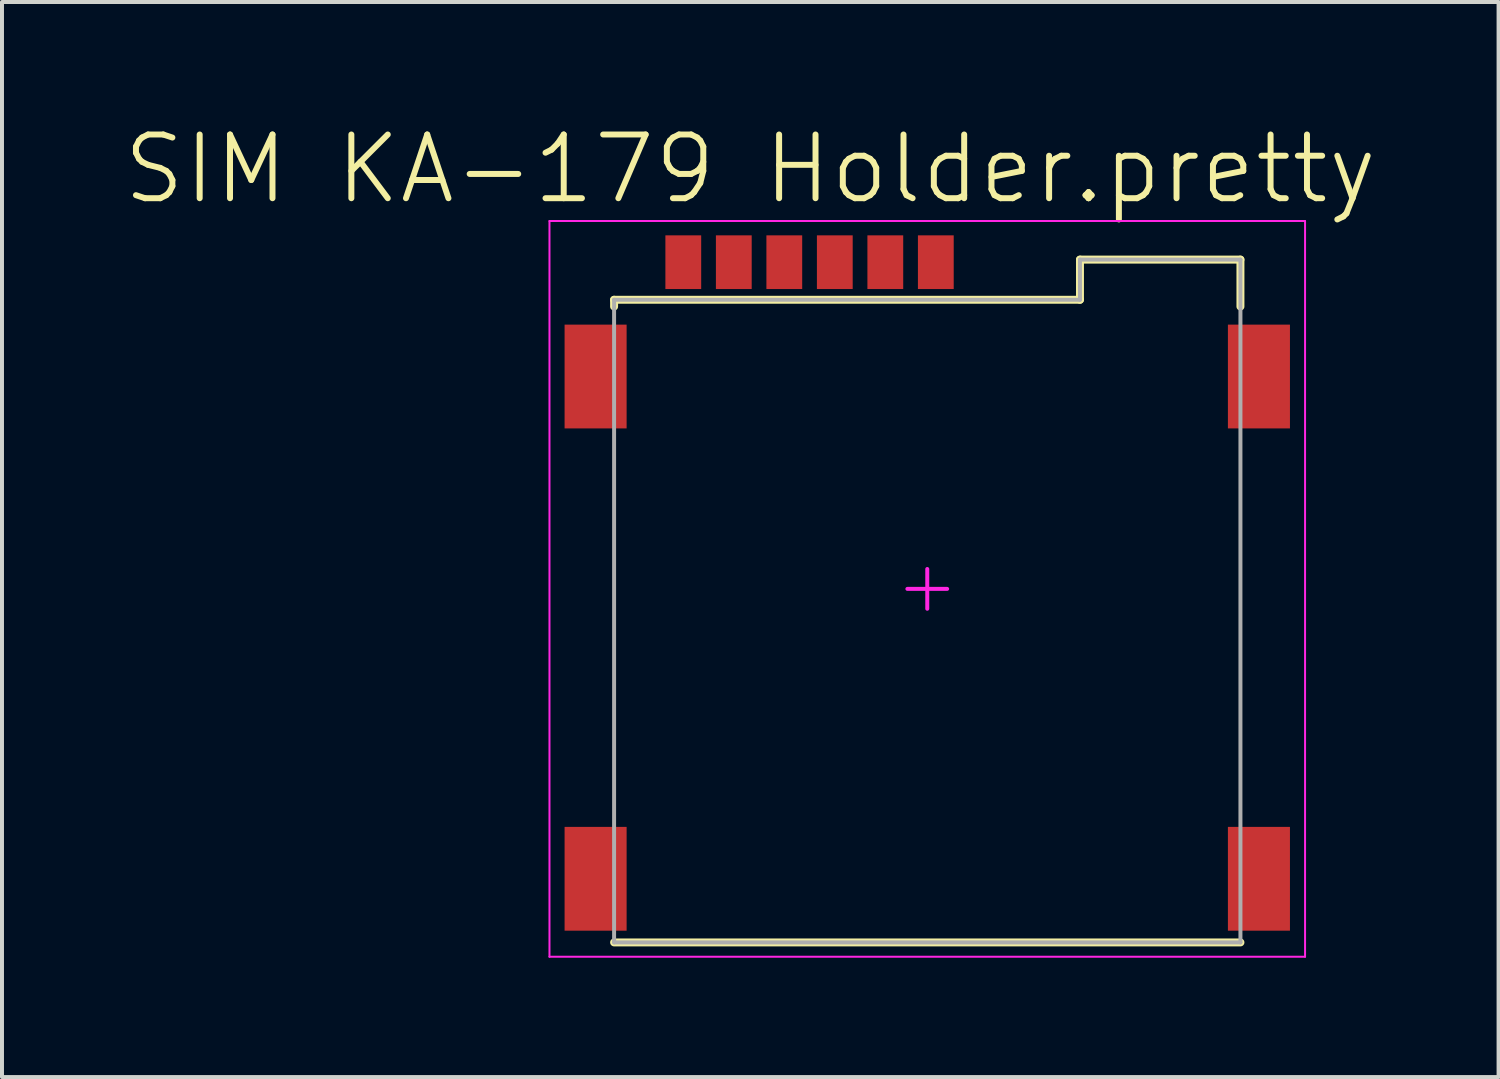
<source format=kicad_pcb>
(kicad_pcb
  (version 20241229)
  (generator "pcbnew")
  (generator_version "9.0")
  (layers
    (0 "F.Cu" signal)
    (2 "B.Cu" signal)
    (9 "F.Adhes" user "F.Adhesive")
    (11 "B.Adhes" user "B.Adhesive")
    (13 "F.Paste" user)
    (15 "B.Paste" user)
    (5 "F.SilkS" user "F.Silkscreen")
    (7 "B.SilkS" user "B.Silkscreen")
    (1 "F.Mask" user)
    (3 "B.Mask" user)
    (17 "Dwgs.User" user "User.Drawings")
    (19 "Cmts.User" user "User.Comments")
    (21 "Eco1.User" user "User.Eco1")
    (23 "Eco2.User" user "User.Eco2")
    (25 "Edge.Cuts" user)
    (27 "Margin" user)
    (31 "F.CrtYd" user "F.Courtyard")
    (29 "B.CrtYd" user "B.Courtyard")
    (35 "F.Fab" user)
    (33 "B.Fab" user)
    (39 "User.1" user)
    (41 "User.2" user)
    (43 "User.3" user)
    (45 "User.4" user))
  (footprint "SIM KA-179 Holder.pretty"
    (layer "F.Cu")
    (at 20.267 11.758)
    (property "Reference" "SIM KA-179 Holder.pretty" (at -4.45 -10.557 0) (layer "F.SilkS") (effects (font (size 1.602 1.602) (thickness 0.15))))
    (attr through_hole)
    (fp_line (start -7.875 -7.27) (end 3.84 -7.27) (stroke (width 0.2) (type solid)) (layer "F.SilkS"))
    (fp_line (start -7.875 -7.1) (end -7.875 -7.27) (stroke (width 0.2) (type solid)) (layer "F.SilkS"))
    (fp_line (start -7.875 8.89) (end 7.875 8.89) (stroke (width 0.2) (type solid)) (layer "F.SilkS"))
    (fp_line (start 3.84 -8.28) (end 7.875 -8.28) (stroke (width 0.2) (type solid)) (layer "F.SilkS"))
    (fp_line (start 3.84 -7.27) (end 3.84 -8.28) (stroke (width 0.2) (type solid)) (layer "F.SilkS"))
    (fp_line (start 7.875 -7.1) (end 7.875 -8.28) (stroke (width 0.2) (type solid)) (layer "F.SilkS"))
    (fp_line (start -9.5 -9.25) (end 9.5 -9.25) (stroke (width 0.05) (type solid)) (layer "F.CrtYd"))
    (fp_line (start -9.5 9.25) (end -9.5 -9.25) (stroke (width 0.05) (type solid)) (layer "F.CrtYd"))
    (fp_line (start -9.5 9.25) (end 9.5 9.25) (stroke (width 0.05) (type solid)) (layer "F.CrtYd"))
    (fp_line (start -0.5 0) (end 0.5 0) (stroke (width 0.1) (type solid)) (layer "F.CrtYd"))
    (fp_line (start 0 0.5) (end 0 -0.5) (stroke (width 0.1) (type solid)) (layer "F.CrtYd"))
    (fp_line (start 9.5 9.25) (end 9.5 -9.25) (stroke (width 0.05) (type solid)) (layer "F.CrtYd"))
    (fp_line (start -7.875 -7.27) (end 3.84 -7.27) (stroke (width 0.1) (type solid)) (layer "F.Fab"))
    (fp_line (start -7.875 8.89) (end -7.875 -7.27) (stroke (width 0.1) (type solid)) (layer "F.Fab"))
    (fp_line (start -7.875 8.89) (end 7.875 8.89) (stroke (width 0.1) (type solid)) (layer "F.Fab"))
    (fp_line (start 3.84 -8.28) (end 7.875 -8.28) (stroke (width 0.1) (type solid)) (layer "F.Fab"))
    (fp_line (start 3.84 -7.27) (end 3.84 -8.28) (stroke (width 0.1) (type solid)) (layer "F.Fab"))
    (fp_line (start 7.875 8.89) (end 7.875 -8.28) (stroke (width 0.1) (type solid)) (layer "F.Fab"))
    (pad "C1" smd rect (at -4.865 -8.215) (size 0.9 1.35) (layers "F.Cu" "F.Mask" "F.Paste"))
    (pad "C2" smd rect (at -2.325 -8.215) (size 0.9 1.35) (layers "F.Cu" "F.Mask" "F.Paste"))
    (pad "C3" smd rect (at 0.215 -8.215) (size 0.9 1.35) (layers "F.Cu" "F.Mask" "F.Paste"))
    (pad "C5" smd rect (at -8.34 -5.34) (size 1.56 2.61) (layers "F.Cu" "F.Mask" "F.Paste"))
    (pad "C5" smd rect (at -8.34 7.29) (size 1.56 2.61) (layers "F.Cu" "F.Mask" "F.Paste"))
    (pad "C5" smd rect (at -6.135 -8.215) (size 0.9 1.35) (layers "F.Cu" "F.Mask" "F.Paste"))
    (pad "C5" smd rect (at 8.34 -5.34) (size 1.56 2.61) (layers "F.Cu" "F.Mask" "F.Paste"))
    (pad "C5" smd rect (at 8.34 7.29) (size 1.56 2.61) (layers "F.Cu" "F.Mask" "F.Paste"))
    (pad "C6" smd rect (at -3.595 -8.215) (size 0.9 1.35) (layers "F.Cu" "F.Mask" "F.Paste"))
    (pad "C7" smd rect (at -1.055 -8.215) (size 0.9 1.35) (layers "F.Cu" "F.Mask" "F.Paste")))
  (gr_rect
    (start -3 -3)
    (end 34.633 24.033)
    (stroke (width 0.1) (type default))
    (fill no)
    (layer "Edge.Cuts")))
</source>
